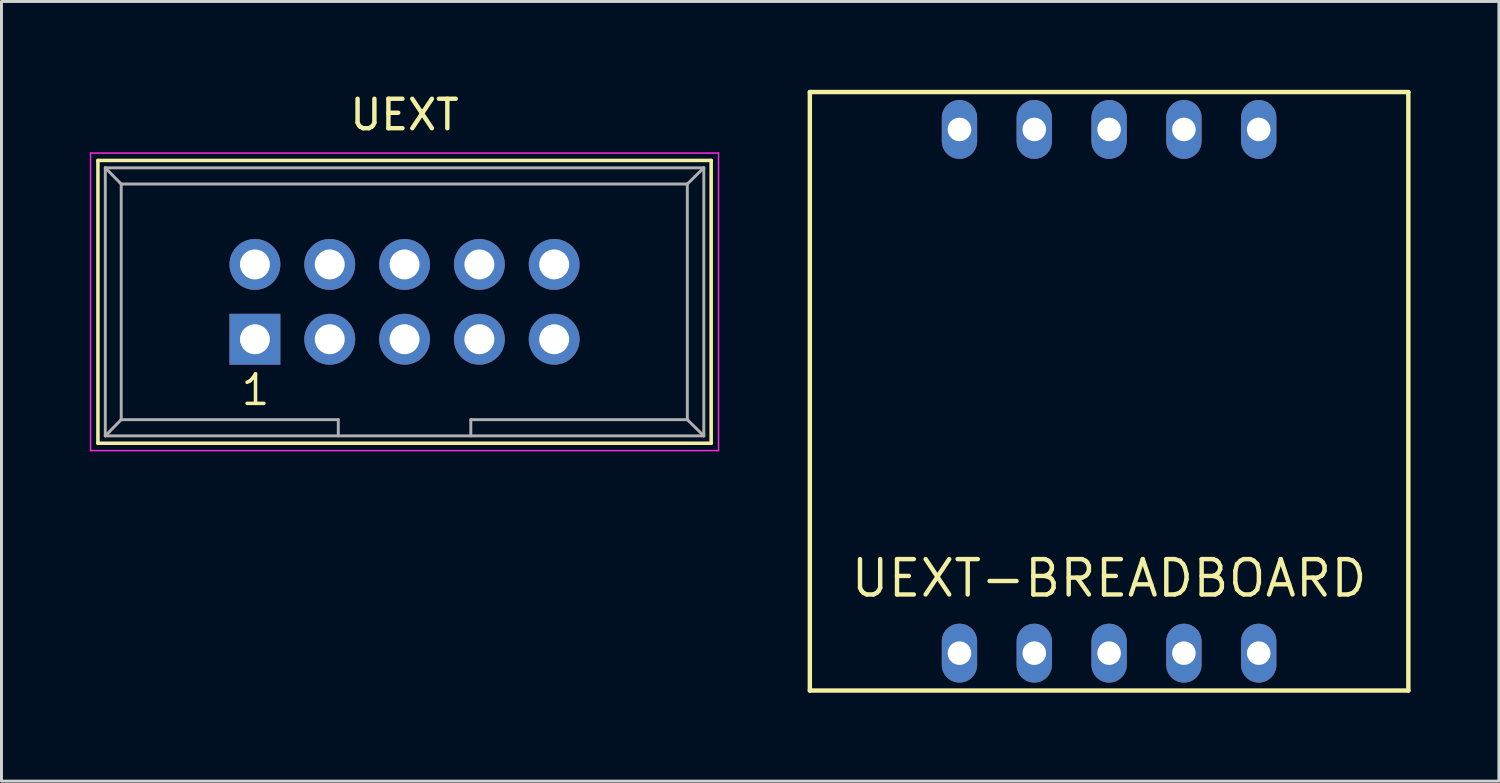
<source format=kicad_pcb>
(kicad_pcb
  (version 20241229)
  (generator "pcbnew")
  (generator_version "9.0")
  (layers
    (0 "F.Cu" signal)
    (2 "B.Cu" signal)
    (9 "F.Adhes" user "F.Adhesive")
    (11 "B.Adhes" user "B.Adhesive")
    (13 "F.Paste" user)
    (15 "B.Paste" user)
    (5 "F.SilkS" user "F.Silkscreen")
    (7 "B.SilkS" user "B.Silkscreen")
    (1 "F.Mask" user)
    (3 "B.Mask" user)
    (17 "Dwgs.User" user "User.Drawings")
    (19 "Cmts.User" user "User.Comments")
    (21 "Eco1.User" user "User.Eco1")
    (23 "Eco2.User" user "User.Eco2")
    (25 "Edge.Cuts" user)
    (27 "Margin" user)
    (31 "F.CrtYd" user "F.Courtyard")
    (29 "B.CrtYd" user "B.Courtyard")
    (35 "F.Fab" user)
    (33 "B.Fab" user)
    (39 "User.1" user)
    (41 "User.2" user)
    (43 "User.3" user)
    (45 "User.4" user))
  (footprint "UEXT-BREADBOARD"
    (layer "F.Cu")
    (at 34.605 10.235)
    (property "Reference" "UEXT-BREADBOARD" (at 0 6.35 180) (layer "F.SilkS") (effects (font (size 1.2 1.2) (thickness 0.15))))
    (attr through_hole)
    (fp_line (start -10.16 -10.16) (end -10.16 10.16) (stroke (width 0.15) (type solid)) (layer "F.SilkS"))
    (fp_line (start -10.16 10.16) (end 10.16 10.16) (stroke (width 0.15) (type solid)) (layer "F.SilkS"))
    (fp_line (start 10.16 -10.16) (end -10.16 -10.16) (stroke (width 0.15) (type solid)) (layer "F.SilkS"))
    (fp_line (start 10.16 10.16) (end 10.16 -10.16) (stroke (width 0.15) (type solid)) (layer "F.SilkS"))
    (pad "+5V" thru_hole oval (at -5.08 8.89) (size 1.2 2) (drill 0.8) (layers "*.Cu" "*.Mask"))
    (pad "GND" thru_hole oval (at -5.08 -8.89) (size 1.2 2) (drill 0.8) (layers "*.Cu" "*.Mask"))
    (pad "MISO" thru_hole oval (at 2.54 8.89) (size 1.2 2) (drill 0.8) (layers "*.Cu" "*.Mask"))
    (pad "MOSI" thru_hole oval (at 2.54 -8.89) (size 1.2 2) (drill 0.8) (layers "*.Cu" "*.Mask"))
    (pad "RXD" thru_hole oval (at -2.54 -8.89) (size 1.2 2) (drill 0.8) (layers "*.Cu" "*.Mask"))
    (pad "SCK" thru_hole oval (at 5.08 8.89) (size 1.2 2) (drill 0.8) (layers "*.Cu" "*.Mask"))
    (pad "SCL" thru_hole oval (at 0 8.89) (size 1.2 2) (drill 0.8) (layers "*.Cu" "*.Mask"))
    (pad "SDA" thru_hole oval (at 0 -8.89) (size 1.2 2) (drill 0.8) (layers "*.Cu" "*.Mask"))
    (pad "SSEL" thru_hole oval (at 5.08 -8.89) (size 1.2 2) (drill 0.8) (layers "*.Cu" "*.Mask"))
    (pad "TXD" thru_hole oval (at -2.54 8.89) (size 1.2 2) (drill 0.8) (layers "*.Cu" "*.Mask")))
  (footprint "UEXT"
    (layer "F.Cu")
    (at 5.605 8.468)
    (property "Reference" "UEXT" (at 5.08 -7.62 0) (layer "F.SilkS") (effects (font (size 1 1) (thickness 0.15))))
    (attr through_hole)
    (fp_line (start -5.33 -6.07) (end 15.49 -6.07) (stroke (width 0.12) (type solid)) (layer "F.SilkS"))
    (fp_line (start -5.33 3.53) (end -5.33 -6.07) (stroke (width 0.12) (type solid)) (layer "F.SilkS"))
    (fp_line (start 15.49 -6.07) (end 15.49 3.53) (stroke (width 0.12) (type solid)) (layer "F.SilkS"))
    (fp_line (start 15.49 3.53) (end -5.33 3.53) (stroke (width 0.12) (type solid)) (layer "F.SilkS"))
    (fp_line (start -5.58 -6.32) (end 15.74 -6.32) (stroke (width 0.05) (type solid)) (layer "F.CrtYd"))
    (fp_line (start -5.58 3.78) (end -5.58 -6.32) (stroke (width 0.05) (type solid)) (layer "F.CrtYd"))
    (fp_line (start 15.74 -6.32) (end 15.74 3.78) (stroke (width 0.05) (type solid)) (layer "F.CrtYd"))
    (fp_line (start 15.74 3.78) (end -5.58 3.78) (stroke (width 0.05) (type solid)) (layer "F.CrtYd"))
    (fp_line (start -5.08 -5.82) (end -5.08 3.28) (stroke (width 0.1) (type solid)) (layer "F.Fab"))
    (fp_line (start -5.08 -5.82) (end -4.54 -5.27) (stroke (width 0.1) (type solid)) (layer "F.Fab"))
    (fp_line (start -5.08 -5.82) (end 15.24 -5.82) (stroke (width 0.1) (type solid)) (layer "F.Fab"))
    (fp_line (start -5.08 3.28) (end -4.54 2.73) (stroke (width 0.1) (type solid)) (layer "F.Fab"))
    (fp_line (start -5.08 3.28) (end 15.24 3.28) (stroke (width 0.1) (type solid)) (layer "F.Fab"))
    (fp_line (start -4.54 -5.27) (end -4.54 2.73) (stroke (width 0.1) (type solid)) (layer "F.Fab"))
    (fp_line (start -4.54 -5.27) (end 14.68 -5.27) (stroke (width 0.1) (type solid)) (layer "F.Fab"))
    (fp_line (start -4.54 2.73) (end 2.83 2.73) (stroke (width 0.1) (type solid)) (layer "F.Fab"))
    (fp_line (start 2.83 2.73) (end 2.83 3.28) (stroke (width 0.1) (type solid)) (layer "F.Fab"))
    (fp_line (start 7.33 2.73) (end 7.33 3.28) (stroke (width 0.1) (type solid)) (layer "F.Fab"))
    (fp_line (start 7.33 2.73) (end 14.68 2.73) (stroke (width 0.1) (type solid)) (layer "F.Fab"))
    (fp_line (start 14.68 -5.27) (end 14.68 2.73) (stroke (width 0.1) (type solid)) (layer "F.Fab"))
    (fp_line (start 15.24 -5.82) (end 14.68 -5.27) (stroke (width 0.1) (type solid)) (layer "F.Fab"))
    (fp_line (start 15.24 -5.82) (end 15.24 3.28) (stroke (width 0.1) (type solid)) (layer "F.Fab"))
    (fp_line (start 15.24 3.28) (end 14.68 2.73) (stroke (width 0.1) (type solid)) (layer "F.Fab"))
    (fp_text user "1" (at 0.02 1.72 0) (layer "F.SilkS") (effects (font (size 1 1) (thickness 0.12))))
    (pad "+5V" thru_hole rect (at 0 0) (size 1.727 1.727) (drill 1.016) (layers "*.Cu" "*.Mask"))
    (pad "GND" thru_hole oval (at 0 -2.54) (size 1.727 1.727) (drill 1.016) (layers "*.Cu" "*.Mask"))
    (pad "MISO" thru_hole oval (at 7.62 0) (size 1.727 1.727) (drill 1.016) (layers "*.Cu" "*.Mask"))
    (pad "MOSI" thru_hole oval (at 7.62 -2.54) (size 1.727 1.727) (drill 1.016) (layers "*.Cu" "*.Mask"))
    (pad "RXD" thru_hole oval (at 2.54 -2.54) (size 1.727 1.727) (drill 1.016) (layers "*.Cu" "*.Mask"))
    (pad "SCK" thru_hole oval (at 10.16 0) (size 1.727 1.727) (drill 1.016) (layers "*.Cu" "*.Mask"))
    (pad "SCL" thru_hole oval (at 5.08 0) (size 1.727 1.727) (drill 1.016) (layers "*.Cu" "*.Mask"))
    (pad "SDA" thru_hole oval (at 5.08 -2.54) (size 1.727 1.727) (drill 1.016) (layers "*.Cu" "*.Mask"))
    (pad "SSEL" thru_hole oval (at 10.16 -2.54) (size 1.727 1.727) (drill 1.016) (layers "*.Cu" "*.Mask"))
    (pad "TXD" thru_hole oval (at 2.54 0) (size 1.727 1.727) (drill 1.016) (layers "*.Cu" "*.Mask")))
  (gr_rect
    (start -3 -3)
    (end 47.84 23.47)
    (stroke (width 0.1) (type default))
    (fill no)
    (layer "Edge.Cuts")))
</source>
